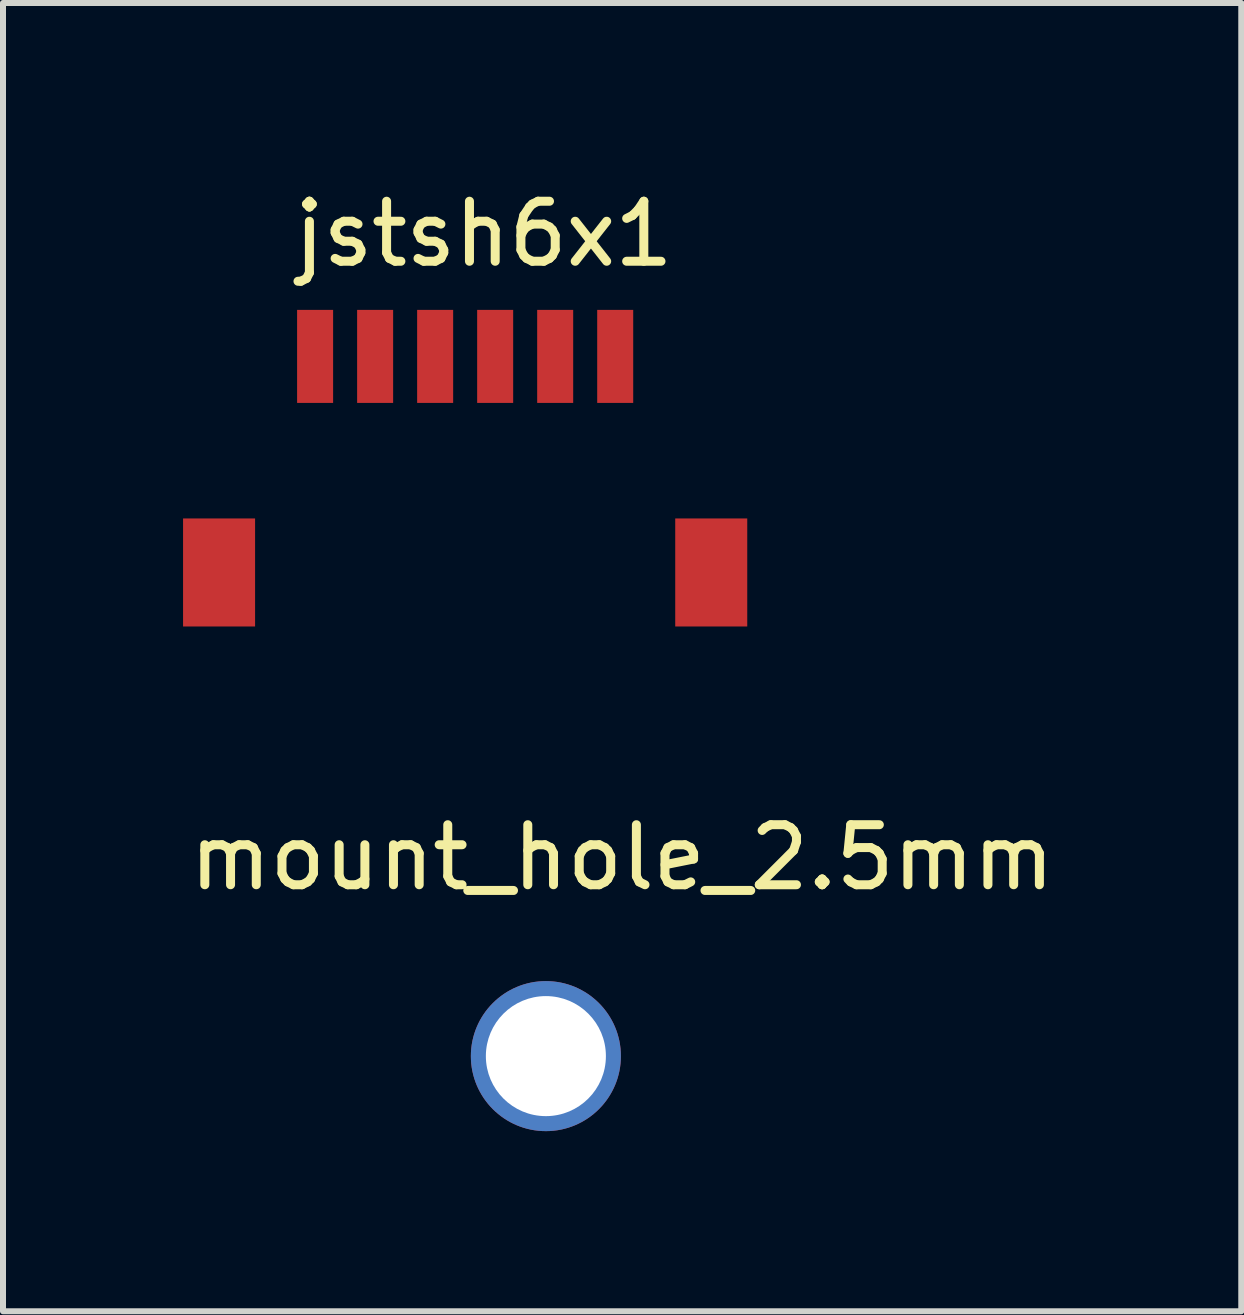
<source format=kicad_pcb>
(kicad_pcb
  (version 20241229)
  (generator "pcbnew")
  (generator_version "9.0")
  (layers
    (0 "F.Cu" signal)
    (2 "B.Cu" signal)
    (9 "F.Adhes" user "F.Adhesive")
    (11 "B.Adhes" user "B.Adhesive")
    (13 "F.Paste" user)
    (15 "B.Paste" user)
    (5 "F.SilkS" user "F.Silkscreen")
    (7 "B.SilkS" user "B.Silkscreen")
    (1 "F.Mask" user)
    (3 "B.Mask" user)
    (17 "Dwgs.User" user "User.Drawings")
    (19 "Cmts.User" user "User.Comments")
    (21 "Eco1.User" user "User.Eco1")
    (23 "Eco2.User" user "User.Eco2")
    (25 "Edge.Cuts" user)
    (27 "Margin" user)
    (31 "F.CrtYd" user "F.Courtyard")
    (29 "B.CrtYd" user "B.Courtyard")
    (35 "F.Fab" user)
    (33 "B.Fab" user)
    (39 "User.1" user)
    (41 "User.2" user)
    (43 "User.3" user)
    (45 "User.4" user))
  (footprint "mount_hole_2.5mm"
    (layer "F.Cu")
    (at 7.315 10.736)
    (property "Reference" "mount_hole_2.5mm" (at 0 0.5 0) (layer "F.SilkS") (effects (font (size 1 1) (thickness 0.15))))
    (attr through_hole)
    (pad "1" thru_hole circle (at -1.27 3.81) (size 2.5 2.5) (drill 2) (layers "*.Cu" "*.Mask")))
  (footprint "jstsh6x1"
    (layer "F.Cu")
    (at 5.01 0.348)
    (property "Reference" "jstsh6x1" (at 0 0.5 0) (layer "F.SilkS") (effects (font (size 1 1) (thickness 0.15))))
    (attr through_hole)
    (pad "1" smd rect (at -2.81 2.54) (size 0.6 1.55) (layers "F.Cu" "F.Mask" "F.Paste"))
    (pad "2" smd rect (at -1.81 2.54) (size 0.6 1.55) (layers "F.Cu" "F.Mask" "F.Paste"))
    (pad "3" smd rect (at -0.81 2.54) (size 0.6 1.55) (layers "F.Cu" "F.Mask" "F.Paste"))
    (pad "4" smd rect (at 0.19 2.54) (size 0.6 1.55) (layers "F.Cu" "F.Mask" "F.Paste"))
    (pad "5" smd rect (at 1.19 2.54) (size 0.6 1.55) (layers "F.Cu" "F.Mask" "F.Paste"))
    (pad "6" smd rect (at 2.19 2.54) (size 0.6 1.55) (layers "F.Cu" "F.Mask" "F.Paste"))
    (pad "7" smd rect (at -4.41 6.14) (size 1.2 1.8) (layers "F.Cu" "F.Mask" "F.Paste"))
    (pad "7" smd rect (at 3.79 6.14) (size 1.2 1.8) (layers "F.Cu" "F.Mask" "F.Paste")))
  (gr_rect
    (start -3 -3)
    (end 17.631 18.797)
    (stroke (width 0.1) (type default))
    (fill no)
    (layer "Edge.Cuts")))
</source>
